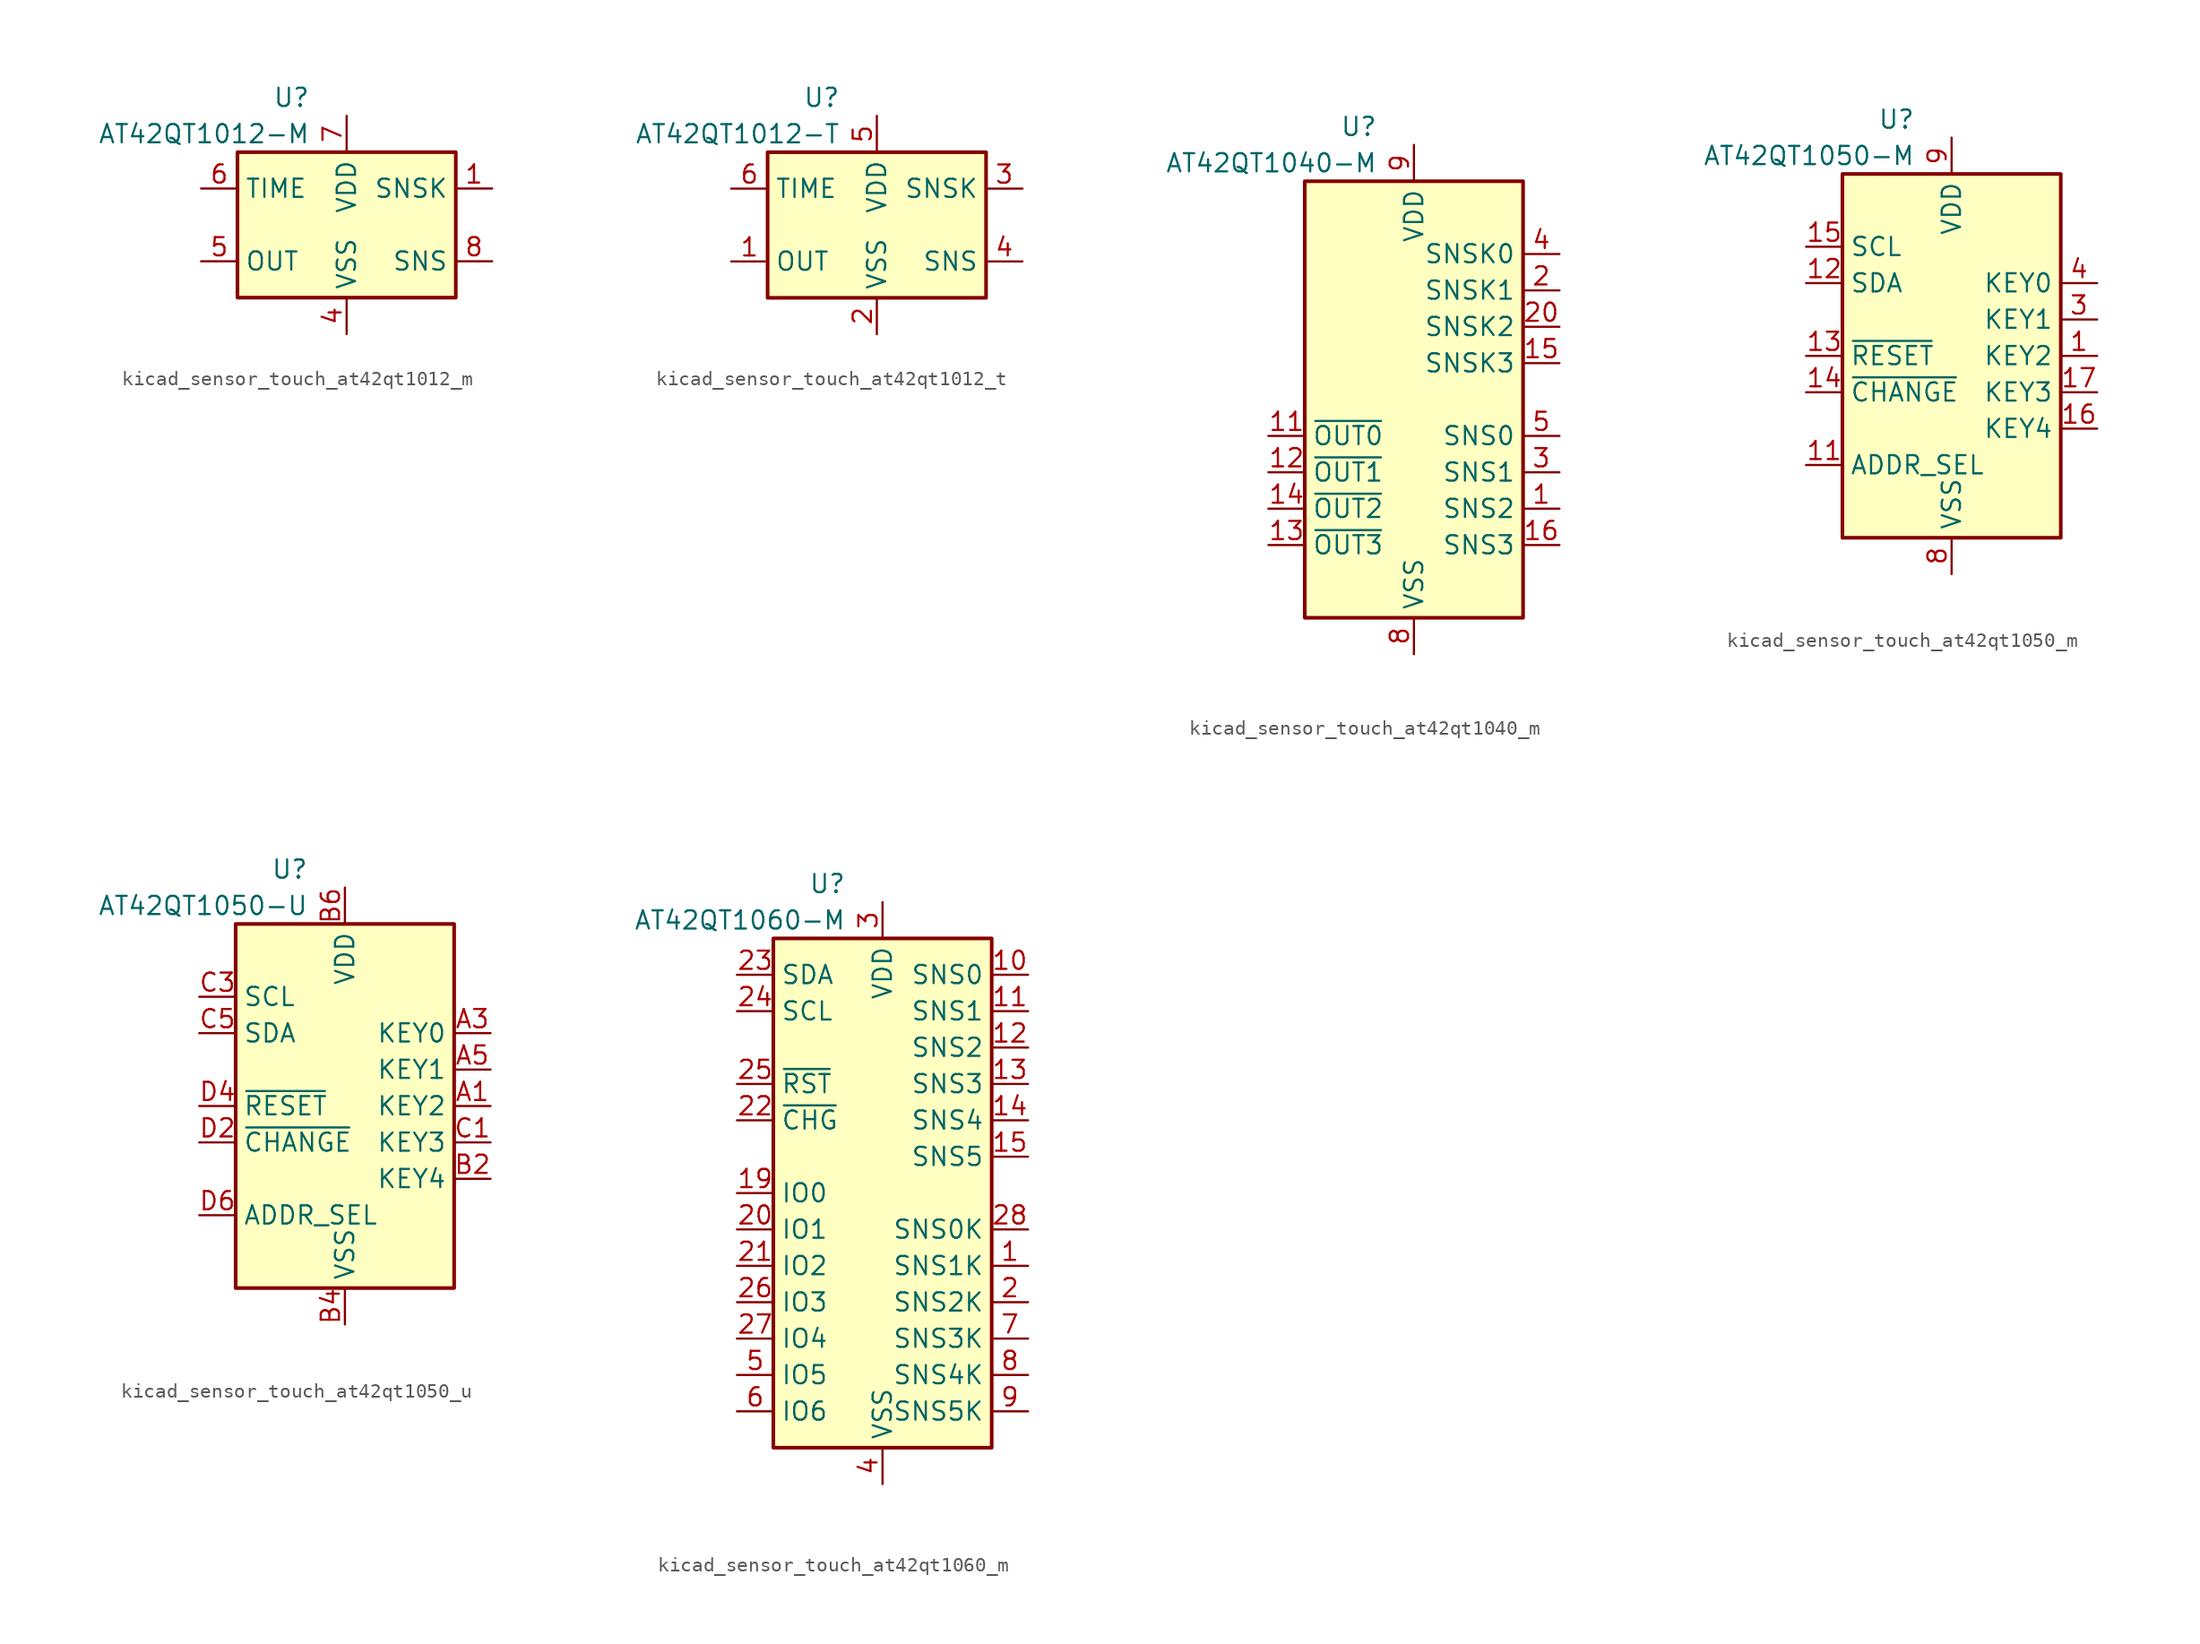
<source format=kicad_sym>
(kicad_symbol_lib
  (version 20220914)
  (generator kicad_symbol_editor)
  (symbol "kicad_sensor_touch_at42qt1012_m"
    (property "Reference" "U"
      (at -2.54 8.89 0)
      (effects (font (size 1.27 1.27)) (justify right)))
    (property "Value" "AT42QT1012-M"
      (at -2.54 6.35 0)
      (effects (font (size 1.27 1.27)) (justify right)))
    (symbol "kicad_sensor_touch_at42qt1012_m_0_1"
      (rectangle (start -7.62 5.08) (end 7.62 -5.08) (stroke (width 0.254) (type default)) (fill (type background))))
    (symbol "kicad_sensor_touch_at42qt1012_m_1_1"
      (pin passive line (at 10.16 2.54 180) (length 2.54) (name "SNSK" (effects (font (size 1.27 1.27)))) (number "1" (effects (font (size 1.27 1.27)))))
      (pin no_connect line (at -7.62 0 0) (length 2.54) hide (name "NC" (effects (font (size 1.27 1.27)))) (number "2" (effects (font (size 1.27 1.27)))))
      (pin no_connect line (at 7.62 0 180) (length 2.54) hide (name "NC" (effects (font (size 1.27 1.27)))) (number "3" (effects (font (size 1.27 1.27)))))
      (pin power_in line (at 0 -7.62 90) (length 2.54) (name "VSS" (effects (font (size 1.27 1.27)))) (number "4" (effects (font (size 1.27 1.27)))))
      (pin output line (at -10.16 -2.54 0) (length 2.54) (name "OUT" (effects (font (size 1.27 1.27)))) (number "5" (effects (font (size 1.27 1.27)))))
      (pin input line (at -10.16 2.54 0) (length 2.54) (name "TIME" (effects (font (size 1.27 1.27)))) (number "6" (effects (font (size 1.27 1.27)))))
      (pin power_in line (at 0 7.62 270) (length 2.54) (name "VDD" (effects (font (size 1.27 1.27)))) (number "7" (effects (font (size 1.27 1.27)))))
      (pin passive line (at 10.16 -2.54 180) (length 2.54) (name "SNS" (effects (font (size 1.27 1.27)))) (number "8" (effects (font (size 1.27 1.27)))))
      (pin passive line (at 0 -7.62 90) (length 2.54) hide (name "VSS" (effects (font (size 1.27 1.27)))) (number "9" (effects (font (size 1.27 1.27)))))))
  (symbol "kicad_sensor_touch_at42qt1012_t"
    (property "Reference" "U"
      (at -2.54 8.89 0)
      (effects (font (size 1.27 1.27)) (justify right)))
    (property "Value" "AT42QT1012-T"
      (at -2.54 6.35 0)
      (effects (font (size 1.27 1.27)) (justify right)))
    (symbol "kicad_sensor_touch_at42qt1012_t_0_1"
      (rectangle (start -7.62 5.08) (end 7.62 -5.08) (stroke (width 0.254) (type default)) (fill (type background))))
    (symbol "kicad_sensor_touch_at42qt1012_t_1_1"
      (pin output line (at -10.16 -2.54 0) (length 2.54) (name "OUT" (effects (font (size 1.27 1.27)))) (number "1" (effects (font (size 1.27 1.27)))))
      (pin power_in line (at 0 -7.62 90) (length 2.54) (name "VSS" (effects (font (size 1.27 1.27)))) (number "2" (effects (font (size 1.27 1.27)))))
      (pin passive line (at 10.16 2.54 180) (length 2.54) (name "SNSK" (effects (font (size 1.27 1.27)))) (number "3" (effects (font (size 1.27 1.27)))))
      (pin passive line (at 10.16 -2.54 180) (length 2.54) (name "SNS" (effects (font (size 1.27 1.27)))) (number "4" (effects (font (size 1.27 1.27)))))
      (pin power_in line (at 0 7.62 270) (length 2.54) (name "VDD" (effects (font (size 1.27 1.27)))) (number "5" (effects (font (size 1.27 1.27)))))
      (pin input line (at -10.16 2.54 0) (length 2.54) (name "TIME" (effects (font (size 1.27 1.27)))) (number "6" (effects (font (size 1.27 1.27)))))))
  (symbol "kicad_sensor_touch_at42qt1040_m"
    (property "Reference" "U"
      (at -2.54 19.05 0)
      (effects (font (size 1.27 1.27)) (justify right)))
    (property "Value" "AT42QT1040-M"
      (at -2.54 16.51 0)
      (effects (font (size 1.27 1.27)) (justify right)))
    (symbol "kicad_sensor_touch_at42qt1040_m_0_1"
      (rectangle (start -7.62 15.24) (end 7.62 -15.24) (stroke (width 0.254) (type default)) (fill (type background))))
    (symbol "kicad_sensor_touch_at42qt1040_m_1_1"
      (pin passive line (at 10.16 -7.62 180) (length 2.54) (name "SNS2" (effects (font (size 1.27 1.27)))) (number "1" (effects (font (size 1.27 1.27)))))
      (pin no_connect line (at -7.62 7.62 0) (length 2.54) hide (name "NC" (effects (font (size 1.27 1.27)))) (number "10" (effects (font (size 1.27 1.27)))))
      (pin open_collector line (at -10.16 -2.54 0) (length 2.54) (name "~{OUT0}" (effects (font (size 1.27 1.27)))) (number "11" (effects (font (size 1.27 1.27)))))
      (pin open_collector line (at -10.16 -5.08 0) (length 2.54) (name "~{OUT1}" (effects (font (size 1.27 1.27)))) (number "12" (effects (font (size 1.27 1.27)))))
      (pin open_collector line (at -10.16 -10.16 0) (length 2.54) (name "~{OUT3}" (effects (font (size 1.27 1.27)))) (number "13" (effects (font (size 1.27 1.27)))))
      (pin open_collector line (at -10.16 -7.62 0) (length 2.54) (name "~{OUT2}" (effects (font (size 1.27 1.27)))) (number "14" (effects (font (size 1.27 1.27)))))
      (pin passive line (at 10.16 2.54 180) (length 2.54) (name "SNSK3" (effects (font (size 1.27 1.27)))) (number "15" (effects (font (size 1.27 1.27)))))
      (pin passive line (at 10.16 -10.16 180) (length 2.54) (name "SNS3" (effects (font (size 1.27 1.27)))) (number "16" (effects (font (size 1.27 1.27)))))
      (pin no_connect line (at -7.62 5.08 0) (length 2.54) hide (name "NC" (effects (font (size 1.27 1.27)))) (number "17" (effects (font (size 1.27 1.27)))))
      (pin no_connect line (at -7.62 2.54 0) (length 2.54) hide (name "NC" (effects (font (size 1.27 1.27)))) (number "18" (effects (font (size 1.27 1.27)))))
      (pin no_connect line (at -7.62 0 0) (length 2.54) hide (name "NC" (effects (font (size 1.27 1.27)))) (number "19" (effects (font (size 1.27 1.27)))))
      (pin passive line (at 10.16 7.62 180) (length 2.54) (name "SNSK1" (effects (font (size 1.27 1.27)))) (number "2" (effects (font (size 1.27 1.27)))))
      (pin passive line (at 10.16 5.08 180) (length 2.54) (name "SNSK2" (effects (font (size 1.27 1.27)))) (number "20" (effects (font (size 1.27 1.27)))))
      (pin passive line (at 0 -17.78 90) (length 2.54) hide (name "VSS" (effects (font (size 1.27 1.27)))) (number "21" (effects (font (size 1.27 1.27)))))
      (pin passive line (at 10.16 -5.08 180) (length 2.54) (name "SNS1" (effects (font (size 1.27 1.27)))) (number "3" (effects (font (size 1.27 1.27)))))
      (pin passive line (at 10.16 10.16 180) (length 2.54) (name "SNSK0" (effects (font (size 1.27 1.27)))) (number "4" (effects (font (size 1.27 1.27)))))
      (pin passive line (at 10.16 -2.54 180) (length 2.54) (name "SNS0" (effects (font (size 1.27 1.27)))) (number "5" (effects (font (size 1.27 1.27)))))
      (pin no_connect line (at -7.62 12.7 0) (length 2.54) hide (name "NC" (effects (font (size 1.27 1.27)))) (number "6" (effects (font (size 1.27 1.27)))))
      (pin no_connect line (at -7.62 10.16 0) (length 2.54) hide (name "NC" (effects (font (size 1.27 1.27)))) (number "7" (effects (font (size 1.27 1.27)))))
      (pin power_in line (at 0 -17.78 90) (length 2.54) (name "VSS" (effects (font (size 1.27 1.27)))) (number "8" (effects (font (size 1.27 1.27)))))
      (pin power_in line (at 0 17.78 270) (length 2.54) (name "VDD" (effects (font (size 1.27 1.27)))) (number "9" (effects (font (size 1.27 1.27)))))))
  (symbol "kicad_sensor_touch_at42qt1050_m"
    (property "Reference" "U"
      (at -2.54 16.51 0)
      (effects (font (size 1.27 1.27)) (justify right)))
    (property "Value" "AT42QT1050-M"
      (at -2.54 13.97 0)
      (effects (font (size 1.27 1.27)) (justify right)))
    (symbol "kicad_sensor_touch_at42qt1050_m_0_1"
      (rectangle (start -7.62 12.7) (end 7.62 -12.7) (stroke (width 0.254) (type default)) (fill (type background))))
    (symbol "kicad_sensor_touch_at42qt1050_m_1_1"
      (pin passive line (at 10.16 0 180) (length 2.54) (name "KEY2" (effects (font (size 1.27 1.27)))) (number "1" (effects (font (size 1.27 1.27)))))
      (pin no_connect line (at 7.62 10.16 180) (length 2.54) hide (name "NC" (effects (font (size 1.27 1.27)))) (number "10" (effects (font (size 1.27 1.27)))))
      (pin input line (at -10.16 -7.62 0) (length 2.54) (name "ADDR_SEL" (effects (font (size 1.27 1.27)))) (number "11" (effects (font (size 1.27 1.27)))))
      (pin bidirectional line (at -10.16 5.08 0) (length 2.54) (name "SDA" (effects (font (size 1.27 1.27)))) (number "12" (effects (font (size 1.27 1.27)))))
      (pin input line (at -10.16 0 0) (length 2.54) (name "~{RESET}" (effects (font (size 1.27 1.27)))) (number "13" (effects (font (size 1.27 1.27)))))
      (pin open_collector line (at -10.16 -2.54 0) (length 2.54) (name "~{CHANGE}" (effects (font (size 1.27 1.27)))) (number "14" (effects (font (size 1.27 1.27)))))
      (pin input line (at -10.16 7.62 0) (length 2.54) (name "SCL" (effects (font (size 1.27 1.27)))) (number "15" (effects (font (size 1.27 1.27)))))
      (pin passive line (at 10.16 -5.08 180) (length 2.54) (name "KEY4" (effects (font (size 1.27 1.27)))) (number "16" (effects (font (size 1.27 1.27)))))
      (pin passive line (at 10.16 -2.54 180) (length 2.54) (name "KEY3" (effects (font (size 1.27 1.27)))) (number "17" (effects (font (size 1.27 1.27)))))
      (pin no_connect line (at 7.62 7.62 180) (length 2.54) hide (name "NC" (effects (font (size 1.27 1.27)))) (number "18" (effects (font (size 1.27 1.27)))))
      (pin no_connect line (at 7.62 -7.62 180) (length 2.54) hide (name "NC" (effects (font (size 1.27 1.27)))) (number "19" (effects (font (size 1.27 1.27)))))
      (pin no_connect line (at -7.62 10.16 0) (length 2.54) hide (name "NC" (effects (font (size 1.27 1.27)))) (number "2" (effects (font (size 1.27 1.27)))))
      (pin no_connect line (at 7.62 -10.16 180) (length 2.54) hide (name "NC" (effects (font (size 1.27 1.27)))) (number "20" (effects (font (size 1.27 1.27)))))
      (pin passive line (at 0 -15.24 90) (length 2.54) hide (name "VSS" (effects (font (size 1.27 1.27)))) (number "21" (effects (font (size 1.27 1.27)))))
      (pin passive line (at 10.16 2.54 180) (length 2.54) (name "KEY1" (effects (font (size 1.27 1.27)))) (number "3" (effects (font (size 1.27 1.27)))))
      (pin passive line (at 10.16 5.08 180) (length 2.54) (name "KEY0" (effects (font (size 1.27 1.27)))) (number "4" (effects (font (size 1.27 1.27)))))
      (pin no_connect line (at -7.62 2.54 0) (length 2.54) hide (name "NC" (effects (font (size 1.27 1.27)))) (number "5" (effects (font (size 1.27 1.27)))))
      (pin no_connect line (at -7.62 -5.08 0) (length 2.54) hide (name "NC" (effects (font (size 1.27 1.27)))) (number "6" (effects (font (size 1.27 1.27)))))
      (pin no_connect line (at -7.62 -10.16 0) (length 2.54) hide (name "NC" (effects (font (size 1.27 1.27)))) (number "7" (effects (font (size 1.27 1.27)))))
      (pin power_in line (at 0 -15.24 90) (length 2.54) (name "VSS" (effects (font (size 1.27 1.27)))) (number "8" (effects (font (size 1.27 1.27)))))
      (pin power_in line (at 0 15.24 270) (length 2.54) (name "VDD" (effects (font (size 1.27 1.27)))) (number "9" (effects (font (size 1.27 1.27)))))))
  (symbol "kicad_sensor_touch_at42qt1050_u"
    (property "Reference" "U"
      (at -2.54 16.51 0)
      (effects (font (size 1.27 1.27)) (justify right)))
    (property "Value" "AT42QT1050-U"
      (at -2.54 13.97 0)
      (effects (font (size 1.27 1.27)) (justify right)))
    (symbol "kicad_sensor_touch_at42qt1050_u_0_1"
      (rectangle (start -7.62 12.7) (end 7.62 -12.7) (stroke (width 0.254) (type default)) (fill (type background))))
    (symbol "kicad_sensor_touch_at42qt1050_u_1_1"
      (pin passive line (at 10.16 0 180) (length 2.54) (name "KEY2" (effects (font (size 1.27 1.27)))) (number "A1" (effects (font (size 1.27 1.27)))))
      (pin passive line (at 10.16 5.08 180) (length 2.54) (name "KEY0" (effects (font (size 1.27 1.27)))) (number "A3" (effects (font (size 1.27 1.27)))))
      (pin passive line (at 10.16 2.54 180) (length 2.54) (name "KEY1" (effects (font (size 1.27 1.27)))) (number "A5" (effects (font (size 1.27 1.27)))))
      (pin passive line (at 10.16 -5.08 180) (length 2.54) (name "KEY4" (effects (font (size 1.27 1.27)))) (number "B2" (effects (font (size 1.27 1.27)))))
      (pin power_in line (at 0 -15.24 90) (length 2.54) (name "VSS" (effects (font (size 1.27 1.27)))) (number "B4" (effects (font (size 1.27 1.27)))))
      (pin power_in line (at 0 15.24 270) (length 2.54) (name "VDD" (effects (font (size 1.27 1.27)))) (number "B6" (effects (font (size 1.27 1.27)))))
      (pin passive line (at 10.16 -2.54 180) (length 2.54) (name "KEY3" (effects (font (size 1.27 1.27)))) (number "C1" (effects (font (size 1.27 1.27)))))
      (pin input line (at -10.16 7.62 0) (length 2.54) (name "SCL" (effects (font (size 1.27 1.27)))) (number "C3" (effects (font (size 1.27 1.27)))))
      (pin bidirectional line (at -10.16 5.08 0) (length 2.54) (name "SDA" (effects (font (size 1.27 1.27)))) (number "C5" (effects (font (size 1.27 1.27)))))
      (pin open_collector line (at -10.16 -2.54 0) (length 2.54) (name "~{CHANGE}" (effects (font (size 1.27 1.27)))) (number "D2" (effects (font (size 1.27 1.27)))))
      (pin input line (at -10.16 0 0) (length 2.54) (name "~{RESET}" (effects (font (size 1.27 1.27)))) (number "D4" (effects (font (size 1.27 1.27)))))
      (pin input line (at -10.16 -7.62 0) (length 2.54) (name "ADDR_SEL" (effects (font (size 1.27 1.27)))) (number "D6" (effects (font (size 1.27 1.27)))))))
  (symbol "kicad_sensor_touch_at42qt1060_m"
    (property "Reference" "U"
      (at -2.54 21.59 0)
      (effects (font (size 1.27 1.27)) (justify right)))
    (property "Value" "AT42QT1060-M"
      (at -2.54 19.05 0)
      (effects (font (size 1.27 1.27)) (justify right)))
    (symbol "kicad_sensor_touch_at42qt1060_m_0_1"
      (rectangle (start 7.62 17.78) (end -7.62 -17.78) (stroke (width 0.254) (type default)) (fill (type background))))
    (symbol "kicad_sensor_touch_at42qt1060_m_1_1"
      (pin passive line (at 10.16 -5.08 180) (length 2.54) (name "SNS1K" (effects (font (size 1.27 1.27)))) (number "1" (effects (font (size 1.27 1.27)))))
      (pin passive line (at 10.16 15.24 180) (length 2.54) (name "SNS0" (effects (font (size 1.27 1.27)))) (number "10" (effects (font (size 1.27 1.27)))))
      (pin passive line (at 10.16 12.7 180) (length 2.54) (name "SNS1" (effects (font (size 1.27 1.27)))) (number "11" (effects (font (size 1.27 1.27)))))
      (pin passive line (at 10.16 10.16 180) (length 2.54) (name "SNS2" (effects (font (size 1.27 1.27)))) (number "12" (effects (font (size 1.27 1.27)))))
      (pin passive line (at 10.16 7.62 180) (length 2.54) (name "SNS3" (effects (font (size 1.27 1.27)))) (number "13" (effects (font (size 1.27 1.27)))))
      (pin passive line (at 10.16 5.08 180) (length 2.54) (name "SNS4" (effects (font (size 1.27 1.27)))) (number "14" (effects (font (size 1.27 1.27)))))
      (pin passive line (at 10.16 2.54 180) (length 2.54) (name "SNS5" (effects (font (size 1.27 1.27)))) (number "15" (effects (font (size 1.27 1.27)))))
      (pin passive line (at 0 20.32 270) (length 2.54) hide (name "VDD" (effects (font (size 1.27 1.27)))) (number "16" (effects (font (size 1.27 1.27)))))
      (pin passive line (at 0 20.32 270) (length 2.54) hide (name "VDD" (effects (font (size 1.27 1.27)))) (number "17" (effects (font (size 1.27 1.27)))))
      (pin passive line (at 0 -20.32 90) (length 2.54) hide (name "VSS" (effects (font (size 1.27 1.27)))) (number "18" (effects (font (size 1.27 1.27)))))
      (pin bidirectional line (at -10.16 0 0) (length 2.54) (name "IO0" (effects (font (size 1.27 1.27)))) (number "19" (effects (font (size 1.27 1.27)))))
      (pin passive line (at 10.16 -7.62 180) (length 2.54) (name "SNS2K" (effects (font (size 1.27 1.27)))) (number "2" (effects (font (size 1.27 1.27)))))
      (pin bidirectional line (at -10.16 -2.54 0) (length 2.54) (name "IO1" (effects (font (size 1.27 1.27)))) (number "20" (effects (font (size 1.27 1.27)))))
      (pin bidirectional line (at -10.16 -5.08 0) (length 2.54) (name "IO2" (effects (font (size 1.27 1.27)))) (number "21" (effects (font (size 1.27 1.27)))))
      (pin open_collector line (at -10.16 5.08 0) (length 2.54) (name "~{CHG}" (effects (font (size 1.27 1.27)))) (number "22" (effects (font (size 1.27 1.27)))))
      (pin bidirectional line (at -10.16 15.24 0) (length 2.54) (name "SDA" (effects (font (size 1.27 1.27)))) (number "23" (effects (font (size 1.27 1.27)))))
      (pin input line (at -10.16 12.7 0) (length 2.54) (name "SCL" (effects (font (size 1.27 1.27)))) (number "24" (effects (font (size 1.27 1.27)))))
      (pin input line (at -10.16 7.62 0) (length 2.54) (name "~{RST}" (effects (font (size 1.27 1.27)))) (number "25" (effects (font (size 1.27 1.27)))))
      (pin bidirectional line (at -10.16 -7.62 0) (length 2.54) (name "IO3" (effects (font (size 1.27 1.27)))) (number "26" (effects (font (size 1.27 1.27)))))
      (pin bidirectional line (at -10.16 -10.16 0) (length 2.54) (name "IO4" (effects (font (size 1.27 1.27)))) (number "27" (effects (font (size 1.27 1.27)))))
      (pin passive line (at 10.16 -2.54 180) (length 2.54) (name "SNS0K" (effects (font (size 1.27 1.27)))) (number "28" (effects (font (size 1.27 1.27)))))
      (pin passive line (at 0 -20.32 90) (length 2.54) hide (name "VSS" (effects (font (size 1.27 1.27)))) (number "29" (effects (font (size 1.27 1.27)))))
      (pin power_in line (at 0 20.32 270) (length 2.54) (name "VDD" (effects (font (size 1.27 1.27)))) (number "3" (effects (font (size 1.27 1.27)))))
      (pin power_in line (at 0 -20.32 90) (length 2.54) (name "VSS" (effects (font (size 1.27 1.27)))) (number "4" (effects (font (size 1.27 1.27)))))
      (pin bidirectional line (at -10.16 -12.7 0) (length 2.54) (name "IO5" (effects (font (size 1.27 1.27)))) (number "5" (effects (font (size 1.27 1.27)))))
      (pin bidirectional line (at -10.16 -15.24 0) (length 2.54) (name "IO6" (effects (font (size 1.27 1.27)))) (number "6" (effects (font (size 1.27 1.27)))))
      (pin passive line (at 10.16 -10.16 180) (length 2.54) (name "SNS3K" (effects (font (size 1.27 1.27)))) (number "7" (effects (font (size 1.27 1.27)))))
      (pin passive line (at 10.16 -12.7 180) (length 2.54) (name "SNS4K" (effects (font (size 1.27 1.27)))) (number "8" (effects (font (size 1.27 1.27)))))
      (pin passive line (at 10.16 -15.24 180) (length 2.54) (name "SNS5K" (effects (font (size 1.27 1.27)))) (number "9" (effects (font (size 1.27 1.27))))))))
</source>
